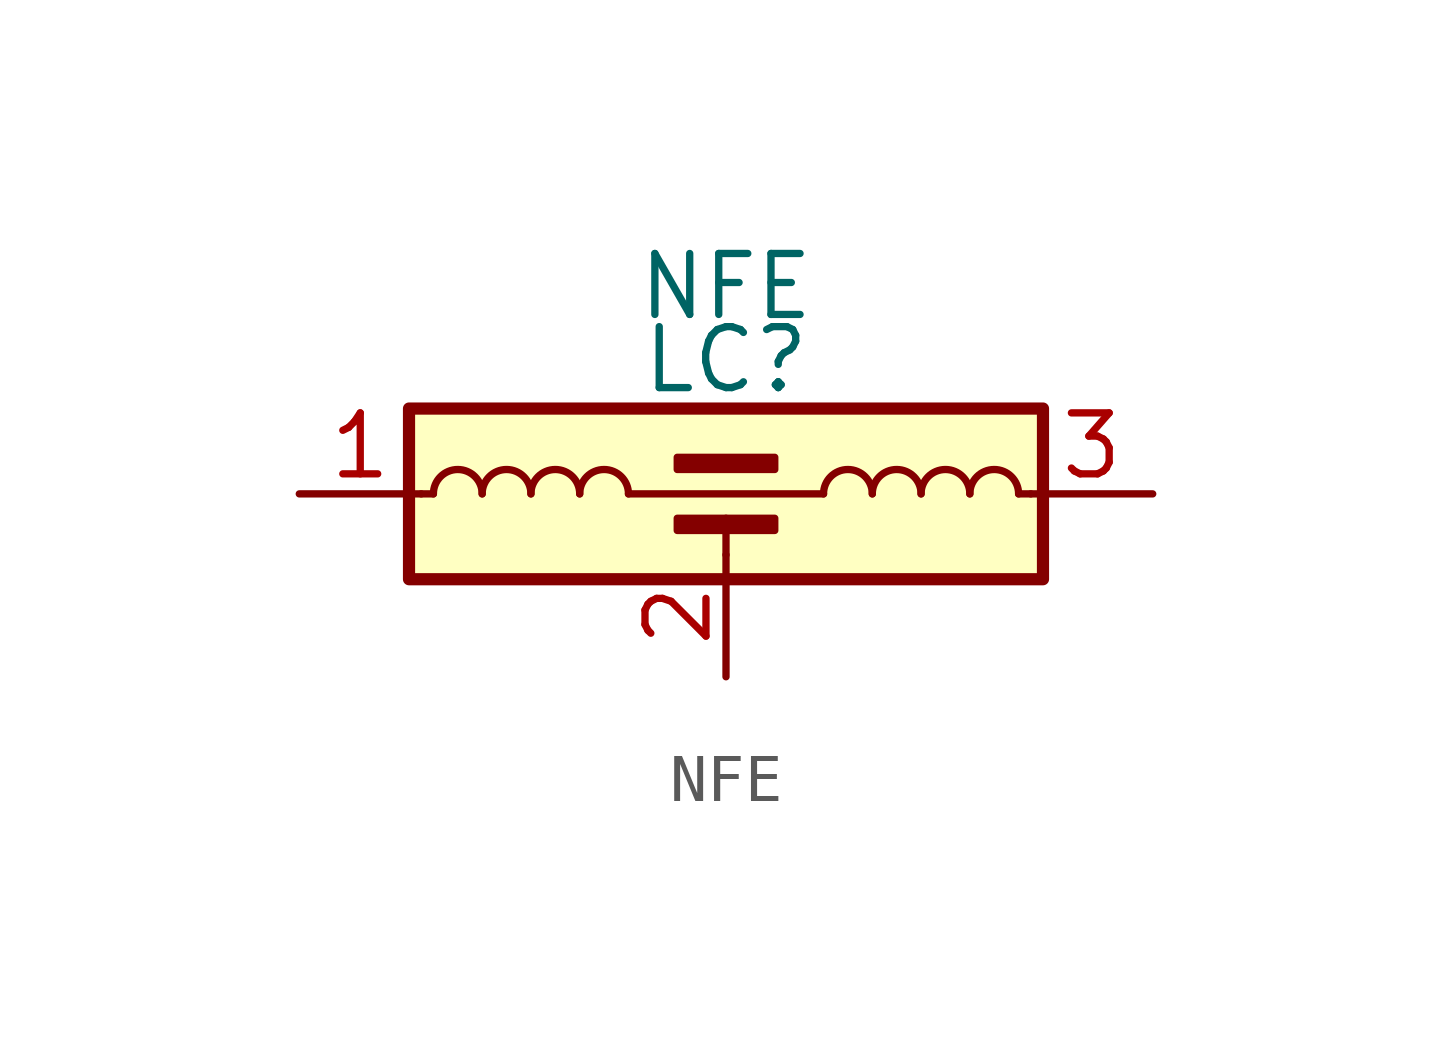
<source format=kicad_sym>
(kicad_symbol_lib
  (version 20211014)
  (generator kicad_symbol_editor)
  (symbol "NFE"
    (pin_names hide)
    (property "Reference" "LC"
      (at 0 2.794 0)
      (effects (font (size 1.27 1.27))))
    (property "Value" "NFE"
      (at 0 4.318 0)
      (effects (font (size 1.27 1.27))))
    (symbol "NFE_0_1"
      (rectangle (start -6.604 1.778) (end 6.604 -1.778) (stroke (width 0.254) (type default) (color 0 0 0 0)) (fill (type background)))
      (arc (start -5.08 0) (mid -5.588 0.508) (end -6.096 0) (stroke (width 0) (type default) (color 0 0 0 0)) (fill (type none)))
      (arc (start -4.064 0) (mid -4.572 0.508) (end -5.08 0) (stroke (width 0) (type default) (color 0 0 0 0)) (fill (type none)))
      (arc (start -3.048 0) (mid -3.556 0.508) (end -4.064 0) (stroke (width 0) (type default) (color 0 0 0 0)) (fill (type none)))
      (arc (start -2.032 0) (mid -2.54 0.508) (end -3.048 0) (stroke (width 0) (type default) (color 0 0 0 0)) (fill (type none)))
      (rectangle (start -1.016 -0.762) (end 1.016 -0.508) (stroke (width 0) (type default) (color 0 0 0 0)) (fill (type outline)))
      (polyline (pts (xy -6.35 0) (xy -6.096 0)) (stroke (width 0) (type default) (color 0 0 0 0)) (fill (type none)))
      (polyline (pts (xy -2.032 0) (xy 2.032 0)) (stroke (width 0) (type default) (color 0 0 0 0)) (fill (type none)))
      (polyline (pts (xy 0 -0.508) (xy 0 -1.27)) (stroke (width 0) (type default) (color 0 0 0 0)) (fill (type none)))
      (polyline (pts (xy 6.096 0) (xy 6.35 0)) (stroke (width 0) (type default) (color 0 0 0 0)) (fill (type none)))
      (rectangle (start 1.016 0.508) (end -1.016 0.762) (stroke (width 0) (type default) (color 0 0 0 0)) (fill (type outline)))
      (arc (start 3.048 0) (mid 2.54 0.508) (end 2.032 0) (stroke (width 0) (type default) (color 0 0 0 0)) (fill (type none)))
      (arc (start 4.064 0) (mid 3.556 0.508) (end 3.048 0) (stroke (width 0) (type default) (color 0 0 0 0)) (fill (type none)))
      (arc (start 5.08 0) (mid 4.572 0.508) (end 4.064 0) (stroke (width 0) (type default) (color 0 0 0 0)) (fill (type none)))
      (arc (start 6.096 0) (mid 5.588 0.508) (end 5.08 0) (stroke (width 0) (type default) (color 0 0 0 0)) (fill (type none))))
    (symbol "NFE_1_1"
      (pin passive line (at -8.89 0 0) (length 2.54) (name "1" (effects (font (size 1.27 1.27)))) (number "1" (effects (font (size 1.27 1.27)))))
      (pin passive line (at 0 -3.81 90) (length 2.54) (name "2" (effects (font (size 1.27 1.27)))) (number "2" (effects (font (size 1.27 1.27)))))
      (pin passive line (at 8.89 0 180) (length 2.54) (name "3" (effects (font (size 1.27 1.27)))) (number "3" (effects (font (size 1.27 1.27))))))))
</source>
